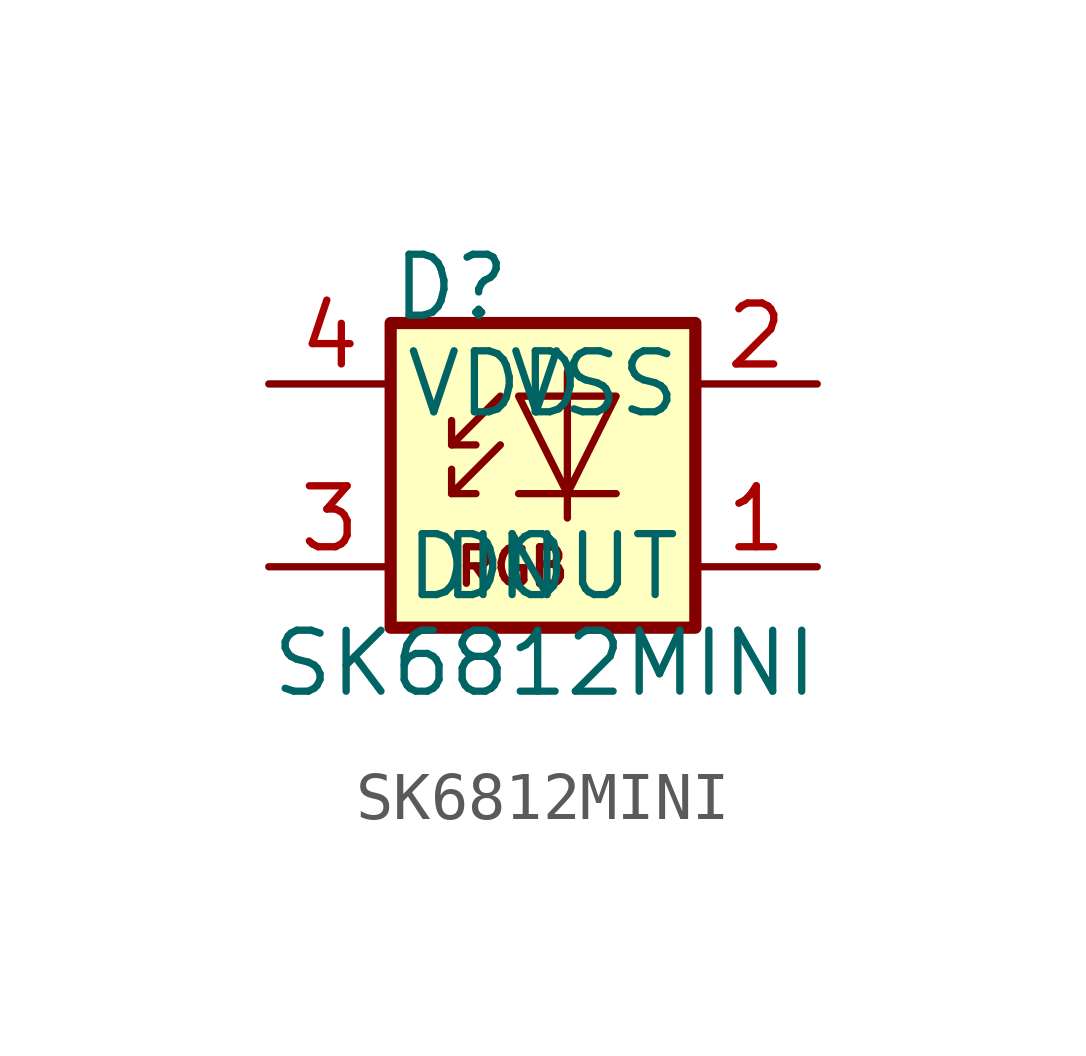
<source format=kicad_sym>
(kicad_symbol_lib
  (version 20211014)
  (generator kicad_symbol_editor)
  (symbol "SK6812MINI"
    (pin_names
      (offset 0.254))
    (property "Reference" "D"
      (at -2.54 5.08 0)
      (effects (font (size 1.27 1.27)) (justify right bottom)))
    (property "Value" "SK6812MINI"
      (at -7.62 -1.27 0)
      (effects (font (size 1.27 1.27)) (justify left top)))
    (symbol "SK6812MINI_0_0"
      (text "RGB" (at -2.54 0 0) (effects (font (size 0.762 0.762)))))
    (symbol "SK6812MINI_0_1"
      (rectangle (start -5.08 5.08) (end 1.27 -1.27) (stroke (width 0.254) (type default) (color 0 0 0 0)) (fill (type background)))
      (polyline (pts (xy -3.81 1.524) (xy -3.302 1.524)) (stroke (width 0) (type default) (color 0 0 0 0)) (fill (type none)))
      (polyline (pts (xy -3.81 2.54) (xy -3.302 2.54)) (stroke (width 0) (type default) (color 0 0 0 0)) (fill (type none)))
      (polyline (pts (xy -0.381 1.524) (xy -2.413 1.524)) (stroke (width 0) (type default) (color 0 0 0 0)) (fill (type none)))
      (polyline (pts (xy -2.794 2.54) (xy -3.81 1.524) (xy -3.81 2.032)) (stroke (width 0) (type default) (color 0 0 0 0)) (fill (type none)))
      (polyline (pts (xy -2.794 3.556) (xy -3.81 2.54) (xy -3.81 3.048)) (stroke (width 0) (type default) (color 0 0 0 0)) (fill (type none)))
      (polyline (pts (xy -1.397 4.064) (xy -1.397 1.524) (xy -1.397 1.016)) (stroke (width 0) (type default) (color 0 0 0 0)) (fill (type none)))
      (polyline (pts (xy -0.381 3.556) (xy -2.413 3.556) (xy -1.397 1.524) (xy -0.381 3.556)) (stroke (width 0) (type default) (color 0 0 0 0)) (fill (type none))))
    (symbol "SK6812MINI_1_1"
      (pin output line (at 3.81 0 180) (length 2.54) (name "DOUT" (effects (font (size 1.27 1.27)))) (number "1" (effects (font (size 1.27 1.27)))))
      (pin power_in line (at 3.81 3.81 180) (length 2.54) (name "VSS" (effects (font (size 1.27 1.27)))) (number "2" (effects (font (size 1.27 1.27)))))
      (pin input line (at -7.62 0 0) (length 2.54) (name "DIN" (effects (font (size 1.27 1.27)))) (number "3" (effects (font (size 1.27 1.27)))))
      (pin power_in line (at -7.62 3.81 0) (length 2.54) (name "VDD" (effects (font (size 1.27 1.27)))) (number "4" (effects (font (size 1.27 1.27))))))))
</source>
